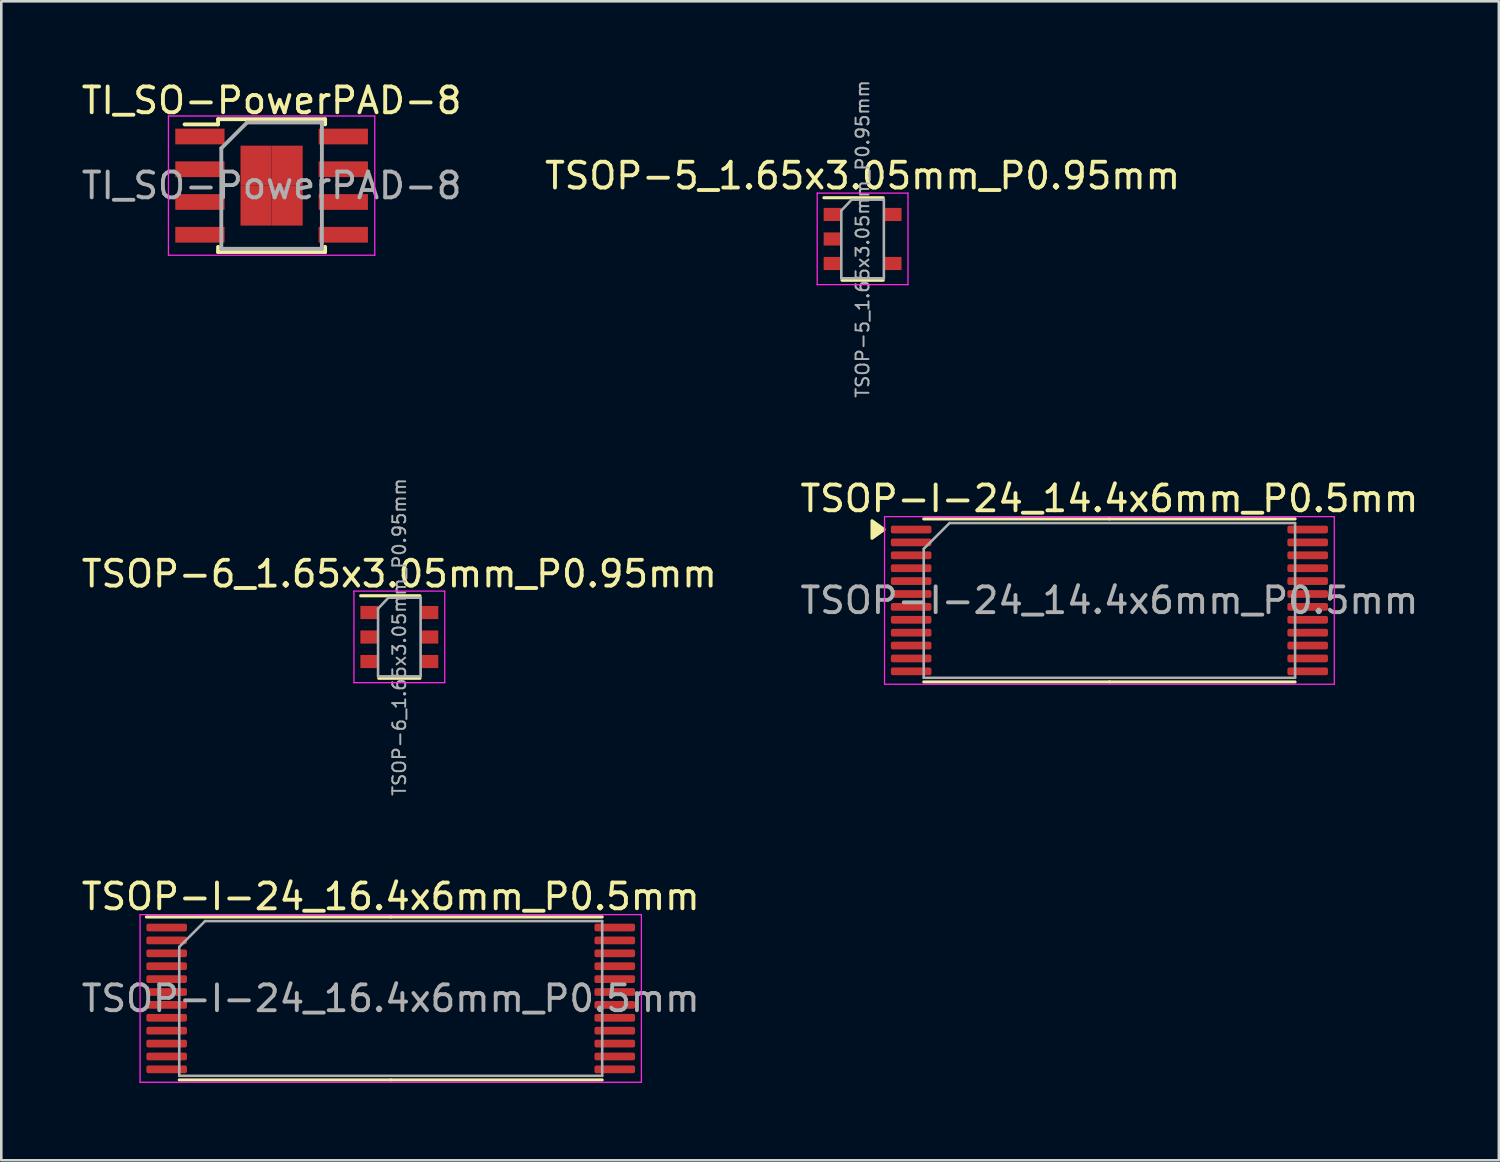
<source format=kicad_pcb>
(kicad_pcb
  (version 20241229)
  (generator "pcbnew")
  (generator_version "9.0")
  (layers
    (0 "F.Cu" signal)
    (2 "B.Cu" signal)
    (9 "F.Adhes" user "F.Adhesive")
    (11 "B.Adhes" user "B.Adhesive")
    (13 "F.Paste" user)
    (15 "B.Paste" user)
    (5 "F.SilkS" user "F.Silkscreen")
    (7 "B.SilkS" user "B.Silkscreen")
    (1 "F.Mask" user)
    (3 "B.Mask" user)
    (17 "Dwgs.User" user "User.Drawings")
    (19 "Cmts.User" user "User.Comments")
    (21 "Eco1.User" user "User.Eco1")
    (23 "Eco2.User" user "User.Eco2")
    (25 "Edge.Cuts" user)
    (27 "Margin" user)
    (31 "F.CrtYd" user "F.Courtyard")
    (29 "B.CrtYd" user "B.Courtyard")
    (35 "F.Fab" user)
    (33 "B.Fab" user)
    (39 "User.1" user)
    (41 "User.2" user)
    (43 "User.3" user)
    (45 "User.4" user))
  (footprint "TSOP-I-24_14.4x6mm_P0.5mm"
    (layer "F.Cu")
    (at 39.97 20.233)
    (property "Reference" "TSOP-I-24_14.4x6mm_P0.5mm" (at 0 -3.95 0) (layer "F.SilkS") (effects (font (size 1 1) (thickness 0.15))))
    (attr smd)
    (fp_line (start 0 -3.16) (end -7.2 -3.16) (stroke (width 0.12) (type solid)) (layer "F.SilkS"))
    (fp_line (start 0 -3.16) (end 7.2 -3.16) (stroke (width 0.12) (type solid)) (layer "F.SilkS"))
    (fp_line (start 0 3.16) (end -7.2 3.16) (stroke (width 0.12) (type solid)) (layer "F.SilkS"))
    (fp_line (start 0 3.16) (end 7.2 3.16) (stroke (width 0.12) (type solid)) (layer "F.SilkS"))
    (fp_poly (pts (xy -8.735 -2.75) (xy -9.205 -3.09) (xy -9.205 -2.41) (xy -8.735 -2.75)) (stroke (width 0.12) (type solid)) (fill yes) (layer "F.SilkS"))
    (fp_line (start -8.72 -3.25) (end -8.72 3.25) (stroke (width 0.05) (type solid)) (layer "F.CrtYd"))
    (fp_line (start -8.72 3.25) (end 8.72 3.25) (stroke (width 0.05) (type solid)) (layer "F.CrtYd"))
    (fp_line (start 8.72 -3.25) (end -8.72 -3.25) (stroke (width 0.05) (type solid)) (layer "F.CrtYd"))
    (fp_line (start 8.72 3.25) (end 8.72 -3.25) (stroke (width 0.05) (type solid)) (layer "F.CrtYd"))
    (fp_line (start -7.2 -2) (end -6.2 -3) (stroke (width 0.1) (type solid)) (layer "F.Fab"))
    (fp_line (start -7.2 3) (end -7.2 -2) (stroke (width 0.1) (type solid)) (layer "F.Fab"))
    (fp_line (start -6.2 -3) (end 7.2 -3) (stroke (width 0.1) (type solid)) (layer "F.Fab"))
    (fp_line (start 7.2 -3) (end 7.2 3) (stroke (width 0.1) (type solid)) (layer "F.Fab"))
    (fp_line (start 7.2 3) (end -7.2 3) (stroke (width 0.1) (type solid)) (layer "F.Fab"))
    (fp_text user "${REFERENCE}" (at 0 0 0) (layer "F.Fab") (effects (font (size 1 1) (thickness 0.15))))
    (pad "1" smd roundrect (at -7.688 -2.75) (size 1.575 0.3) (layers "F.Cu" "F.Mask" "F.Paste") (roundrect_rratio 0.25))
    (pad "2" smd roundrect (at -7.688 -2.25) (size 1.575 0.3) (layers "F.Cu" "F.Mask" "F.Paste") (roundrect_rratio 0.25))
    (pad "3" smd roundrect (at -7.688 -1.75) (size 1.575 0.3) (layers "F.Cu" "F.Mask" "F.Paste") (roundrect_rratio 0.25))
    (pad "4" smd roundrect (at -7.688 -1.25) (size 1.575 0.3) (layers "F.Cu" "F.Mask" "F.Paste") (roundrect_rratio 0.25))
    (pad "5" smd roundrect (at -7.688 -0.75) (size 1.575 0.3) (layers "F.Cu" "F.Mask" "F.Paste") (roundrect_rratio 0.25))
    (pad "6" smd roundrect (at -7.688 -0.25) (size 1.575 0.3) (layers "F.Cu" "F.Mask" "F.Paste") (roundrect_rratio 0.25))
    (pad "7" smd roundrect (at -7.688 0.25) (size 1.575 0.3) (layers "F.Cu" "F.Mask" "F.Paste") (roundrect_rratio 0.25))
    (pad "8" smd roundrect (at -7.688 0.75) (size 1.575 0.3) (layers "F.Cu" "F.Mask" "F.Paste") (roundrect_rratio 0.25))
    (pad "9" smd roundrect (at -7.688 1.25) (size 1.575 0.3) (layers "F.Cu" "F.Mask" "F.Paste") (roundrect_rratio 0.25))
    (pad "10" smd roundrect (at -7.688 1.75) (size 1.575 0.3) (layers "F.Cu" "F.Mask" "F.Paste") (roundrect_rratio 0.25))
    (pad "11" smd roundrect (at -7.688 2.25) (size 1.575 0.3) (layers "F.Cu" "F.Mask" "F.Paste") (roundrect_rratio 0.25))
    (pad "12" smd roundrect (at -7.688 2.75) (size 1.575 0.3) (layers "F.Cu" "F.Mask" "F.Paste") (roundrect_rratio 0.25))
    (pad "13" smd roundrect (at 7.688 2.75) (size 1.575 0.3) (layers "F.Cu" "F.Mask" "F.Paste") (roundrect_rratio 0.25))
    (pad "14" smd roundrect (at 7.688 2.25) (size 1.575 0.3) (layers "F.Cu" "F.Mask" "F.Paste") (roundrect_rratio 0.25))
    (pad "15" smd roundrect (at 7.688 1.75) (size 1.575 0.3) (layers "F.Cu" "F.Mask" "F.Paste") (roundrect_rratio 0.25))
    (pad "16" smd roundrect (at 7.688 1.25) (size 1.575 0.3) (layers "F.Cu" "F.Mask" "F.Paste") (roundrect_rratio 0.25))
    (pad "17" smd roundrect (at 7.688 0.75) (size 1.575 0.3) (layers "F.Cu" "F.Mask" "F.Paste") (roundrect_rratio 0.25))
    (pad "18" smd roundrect (at 7.688 0.25) (size 1.575 0.3) (layers "F.Cu" "F.Mask" "F.Paste") (roundrect_rratio 0.25))
    (pad "19" smd roundrect (at 7.688 -0.25) (size 1.575 0.3) (layers "F.Cu" "F.Mask" "F.Paste") (roundrect_rratio 0.25))
    (pad "20" smd roundrect (at 7.688 -0.75) (size 1.575 0.3) (layers "F.Cu" "F.Mask" "F.Paste") (roundrect_rratio 0.25))
    (pad "21" smd roundrect (at 7.688 -1.25) (size 1.575 0.3) (layers "F.Cu" "F.Mask" "F.Paste") (roundrect_rratio 0.25))
    (pad "22" smd roundrect (at 7.688 -1.75) (size 1.575 0.3) (layers "F.Cu" "F.Mask" "F.Paste") (roundrect_rratio 0.25))
    (pad "23" smd roundrect (at 7.688 -2.25) (size 1.575 0.3) (layers "F.Cu" "F.Mask" "F.Paste") (roundrect_rratio 0.25))
    (pad "24" smd roundrect (at 7.688 -2.75) (size 1.575 0.3) (layers "F.Cu" "F.Mask" "F.Paste") (roundrect_rratio 0.25)))
  (footprint "TSOP-I-24_16.4x6mm_P0.5mm"
    (layer "F.Cu")
    (at 12.101 35.667)
    (property "Reference" "TSOP-I-24_16.4x6mm_P0.5mm" (at 0 -3.95 0) (layer "F.SilkS") (effects (font (size 1 1) (thickness 0.15))))
    (attr smd)
    (fp_line (start 0 -3.16) (end -9.475 -3.16) (stroke (width 0.12) (type solid)) (layer "F.SilkS"))
    (fp_line (start 0 -3.16) (end 8.2 -3.16) (stroke (width 0.12) (type solid)) (layer "F.SilkS"))
    (fp_line (start 0 3.16) (end -8.2 3.16) (stroke (width 0.12) (type solid)) (layer "F.SilkS"))
    (fp_line (start 0 3.16) (end 8.2 3.16) (stroke (width 0.12) (type solid)) (layer "F.SilkS"))
    (fp_line (start -9.72 -3.25) (end -9.72 3.25) (stroke (width 0.05) (type solid)) (layer "F.CrtYd"))
    (fp_line (start -9.72 3.25) (end 9.72 3.25) (stroke (width 0.05) (type solid)) (layer "F.CrtYd"))
    (fp_line (start 9.72 -3.25) (end -9.72 -3.25) (stroke (width 0.05) (type solid)) (layer "F.CrtYd"))
    (fp_line (start 9.72 3.25) (end 9.72 -3.25) (stroke (width 0.05) (type solid)) (layer "F.CrtYd"))
    (fp_line (start -8.2 -2) (end -7.2 -3) (stroke (width 0.1) (type solid)) (layer "F.Fab"))
    (fp_line (start -8.2 3) (end -8.2 -2) (stroke (width 0.1) (type solid)) (layer "F.Fab"))
    (fp_line (start -7.2 -3) (end 8.2 -3) (stroke (width 0.1) (type solid)) (layer "F.Fab"))
    (fp_line (start 8.2 -3) (end 8.2 3) (stroke (width 0.1) (type solid)) (layer "F.Fab"))
    (fp_line (start 8.2 3) (end -8.2 3) (stroke (width 0.1) (type solid)) (layer "F.Fab"))
    (fp_text user "${REFERENCE}" (at 0 0 0) (layer "F.Fab") (effects (font (size 1 1) (thickness 0.15))))
    (pad "1" smd roundrect (at -8.688 -2.75) (size 1.575 0.3) (layers "F.Cu" "F.Mask" "F.Paste") (roundrect_rratio 0.25))
    (pad "2" smd roundrect (at -8.688 -2.25) (size 1.575 0.3) (layers "F.Cu" "F.Mask" "F.Paste") (roundrect_rratio 0.25))
    (pad "3" smd roundrect (at -8.688 -1.75) (size 1.575 0.3) (layers "F.Cu" "F.Mask" "F.Paste") (roundrect_rratio 0.25))
    (pad "4" smd roundrect (at -8.688 -1.25) (size 1.575 0.3) (layers "F.Cu" "F.Mask" "F.Paste") (roundrect_rratio 0.25))
    (pad "5" smd roundrect (at -8.688 -0.75) (size 1.575 0.3) (layers "F.Cu" "F.Mask" "F.Paste") (roundrect_rratio 0.25))
    (pad "6" smd roundrect (at -8.688 -0.25) (size 1.575 0.3) (layers "F.Cu" "F.Mask" "F.Paste") (roundrect_rratio 0.25))
    (pad "7" smd roundrect (at -8.688 0.25) (size 1.575 0.3) (layers "F.Cu" "F.Mask" "F.Paste") (roundrect_rratio 0.25))
    (pad "8" smd roundrect (at -8.688 0.75) (size 1.575 0.3) (layers "F.Cu" "F.Mask" "F.Paste") (roundrect_rratio 0.25))
    (pad "9" smd roundrect (at -8.688 1.25) (size 1.575 0.3) (layers "F.Cu" "F.Mask" "F.Paste") (roundrect_rratio 0.25))
    (pad "10" smd roundrect (at -8.688 1.75) (size 1.575 0.3) (layers "F.Cu" "F.Mask" "F.Paste") (roundrect_rratio 0.25))
    (pad "11" smd roundrect (at -8.688 2.25) (size 1.575 0.3) (layers "F.Cu" "F.Mask" "F.Paste") (roundrect_rratio 0.25))
    (pad "12" smd roundrect (at -8.688 2.75) (size 1.575 0.3) (layers "F.Cu" "F.Mask" "F.Paste") (roundrect_rratio 0.25))
    (pad "13" smd roundrect (at 8.688 2.75) (size 1.575 0.3) (layers "F.Cu" "F.Mask" "F.Paste") (roundrect_rratio 0.25))
    (pad "14" smd roundrect (at 8.688 2.25) (size 1.575 0.3) (layers "F.Cu" "F.Mask" "F.Paste") (roundrect_rratio 0.25))
    (pad "15" smd roundrect (at 8.688 1.75) (size 1.575 0.3) (layers "F.Cu" "F.Mask" "F.Paste") (roundrect_rratio 0.25))
    (pad "16" smd roundrect (at 8.688 1.25) (size 1.575 0.3) (layers "F.Cu" "F.Mask" "F.Paste") (roundrect_rratio 0.25))
    (pad "17" smd roundrect (at 8.688 0.75) (size 1.575 0.3) (layers "F.Cu" "F.Mask" "F.Paste") (roundrect_rratio 0.25))
    (pad "18" smd roundrect (at 8.688 0.25) (size 1.575 0.3) (layers "F.Cu" "F.Mask" "F.Paste") (roundrect_rratio 0.25))
    (pad "19" smd roundrect (at 8.688 -0.25) (size 1.575 0.3) (layers "F.Cu" "F.Mask" "F.Paste") (roundrect_rratio 0.25))
    (pad "20" smd roundrect (at 8.688 -0.75) (size 1.575 0.3) (layers "F.Cu" "F.Mask" "F.Paste") (roundrect_rratio 0.25))
    (pad "21" smd roundrect (at 8.688 -1.25) (size 1.575 0.3) (layers "F.Cu" "F.Mask" "F.Paste") (roundrect_rratio 0.25))
    (pad "22" smd roundrect (at 8.688 -1.75) (size 1.575 0.3) (layers "F.Cu" "F.Mask" "F.Paste") (roundrect_rratio 0.25))
    (pad "23" smd roundrect (at 8.688 -2.25) (size 1.575 0.3) (layers "F.Cu" "F.Mask" "F.Paste") (roundrect_rratio 0.25))
    (pad "24" smd roundrect (at 8.688 -2.75) (size 1.575 0.3) (layers "F.Cu" "F.Mask" "F.Paste") (roundrect_rratio 0.25)))
  (footprint "TSOP-6_1.65x3.05mm_P0.95mm"
    (layer "F.Cu")
    (at 12.435 21.652)
    (property "Reference" "TSOP-6_1.65x3.05mm_P0.95mm" (at 0 -2.45 0) (layer "F.SilkS") (effects (font (size 1 1) (thickness 0.15))))
    (attr smd)
    (fp_line (start -0.8 1.6) (end 0.8 1.6) (stroke (width 0.12) (type solid)) (layer "F.SilkS"))
    (fp_line (start 0.8 -1.6) (end -1.5 -1.6) (stroke (width 0.12) (type solid)) (layer "F.SilkS"))
    (fp_line (start -1.76 -1.78) (end -1.76 1.77) (stroke (width 0.05) (type solid)) (layer "F.CrtYd"))
    (fp_line (start -1.76 -1.78) (end 1.76 -1.78) (stroke (width 0.05) (type solid)) (layer "F.CrtYd"))
    (fp_line (start 1.76 1.77) (end -1.76 1.77) (stroke (width 0.05) (type solid)) (layer "F.CrtYd"))
    (fp_line (start 1.76 1.77) (end 1.76 -1.78) (stroke (width 0.05) (type solid)) (layer "F.CrtYd"))
    (fp_line (start -0.825 -1.1) (end -0.825 1.525) (stroke (width 0.1) (type solid)) (layer "F.Fab"))
    (fp_line (start -0.825 -1.1) (end -0.425 -1.525) (stroke (width 0.1) (type solid)) (layer "F.Fab"))
    (fp_line (start 0.825 -1.525) (end -0.425 -1.525) (stroke (width 0.1) (type solid)) (layer "F.Fab"))
    (fp_line (start 0.825 -1.525) (end 0.825 1.525) (stroke (width 0.1) (type solid)) (layer "F.Fab"))
    (fp_line (start 0.825 1.525) (end -0.825 1.525) (stroke (width 0.1) (type solid)) (layer "F.Fab"))
    (fp_text user "${REFERENCE}" (at 0 0 90) (layer "F.Fab") (effects (font (size 0.5 0.5) (thickness 0.075))))
    (pad "1" smd rect (at -1.16 -0.95) (size 0.7 0.51) (layers "F.Cu" "F.Mask" "F.Paste"))
    (pad "2" smd rect (at -1.16 0) (size 0.7 0.51) (layers "F.Cu" "F.Mask" "F.Paste"))
    (pad "3" smd rect (at -1.16 0.95) (size 0.7 0.51) (layers "F.Cu" "F.Mask" "F.Paste"))
    (pad "4" smd rect (at 1.16 0.95) (size 0.7 0.51) (layers "F.Cu" "F.Mask" "F.Paste"))
    (pad "5" smd rect (at 1.16 0) (size 0.7 0.51) (layers "F.Cu" "F.Mask" "F.Paste"))
    (pad "6" smd rect (at 1.16 -0.95) (size 0.7 0.51) (layers "F.Cu" "F.Mask" "F.Paste")))
  (footprint "TI_SO-PowerPAD-8"
    (layer "F.Cu")
    (at 7.482 4.148)
    (property "Reference" "TI_SO-PowerPAD-8" (at 0 -3.3 0) (layer "F.SilkS") (effects (font (size 1 1) (thickness 0.15))))
    (attr smd)
    (fp_line (start -2.075 -2.575) (end -2.075 -2.375) (stroke (width 0.15) (type solid)) (layer "F.SilkS"))
    (fp_line (start -2.075 -2.575) (end 2.075 -2.575) (stroke (width 0.15) (type solid)) (layer "F.SilkS"))
    (fp_line (start -2.075 -2.375) (end -3.375 -2.375) (stroke (width 0.15) (type solid)) (layer "F.SilkS"))
    (fp_line (start -2.075 2.575) (end -2.075 2.375) (stroke (width 0.15) (type solid)) (layer "F.SilkS"))
    (fp_line (start -2.075 2.575) (end 2.075 2.575) (stroke (width 0.15) (type solid)) (layer "F.SilkS"))
    (fp_line (start 2.075 -2.575) (end 2.075 -2.375) (stroke (width 0.15) (type solid)) (layer "F.SilkS"))
    (fp_line (start 2.075 2.575) (end 2.075 2.375) (stroke (width 0.15) (type solid)) (layer "F.SilkS"))
    (fp_line (start -4 -2.7) (end -4 2.7) (stroke (width 0.05) (type solid)) (layer "F.CrtYd"))
    (fp_line (start -4 -2.7) (end 4 -2.7) (stroke (width 0.05) (type solid)) (layer "F.CrtYd"))
    (fp_line (start -4 2.7) (end 4 2.7) (stroke (width 0.05) (type solid)) (layer "F.CrtYd"))
    (fp_line (start 4 -2.7) (end 4 2.7) (stroke (width 0.05) (type solid)) (layer "F.CrtYd"))
    (fp_line (start -1.95 -1.45) (end -0.95 -2.45) (stroke (width 0.15) (type solid)) (layer "F.Fab"))
    (fp_line (start -1.95 2.45) (end -1.95 -1.45) (stroke (width 0.15) (type solid)) (layer "F.Fab"))
    (fp_line (start -0.95 -2.45) (end 1.95 -2.45) (stroke (width 0.15) (type solid)) (layer "F.Fab"))
    (fp_line (start 1.95 -2.45) (end 1.95 2.45) (stroke (width 0.15) (type solid)) (layer "F.Fab"))
    (fp_line (start 1.95 2.45) (end -1.95 2.45) (stroke (width 0.15) (type solid)) (layer "F.Fab"))
    (fp_text user "${REFERENCE}" (at 0 0 0) (layer "F.Fab") (effects (font (size 1 1) (thickness 0.15))))
    (pad "1" smd rect (at -2.78 -1.905) (size 1.91 0.61) (layers "F.Cu" "F.Mask" "F.Paste"))
    (pad "2" smd rect (at -2.78 -0.635) (size 1.91 0.61) (layers "F.Cu" "F.Mask" "F.Paste"))
    (pad "3" smd rect (at -2.78 0.635) (size 1.91 0.61) (layers "F.Cu" "F.Mask" "F.Paste"))
    (pad "4" smd rect (at -2.78 1.905) (size 1.91 0.61) (layers "F.Cu" "F.Mask" "F.Paste"))
    (pad "5" smd rect (at 2.78 1.905) (size 1.91 0.61) (layers "F.Cu" "F.Mask" "F.Paste"))
    (pad "6" smd rect (at 2.78 0.635) (size 1.91 0.61) (layers "F.Cu" "F.Mask" "F.Paste"))
    (pad "7" smd rect (at 2.78 -0.635) (size 1.91 0.61) (layers "F.Cu" "F.Mask" "F.Paste"))
    (pad "8" smd rect (at 2.78 -1.905) (size 1.91 0.61) (layers "F.Cu" "F.Mask" "F.Paste"))
    (pad "9" smd rect (at -0.603 -0.775) (size 1.205 1.55) (layers "F.Cu" "F.Mask" "F.Paste"))
    (pad "9" smd rect (at -0.603 0.775) (size 1.205 1.55) (layers "F.Cu" "F.Mask" "F.Paste"))
    (pad "9" smd rect (at 0.603 -0.775) (size 1.205 1.55) (layers "F.Cu" "F.Mask" "F.Paste"))
    (pad "9" smd rect (at 0.603 0.775) (size 1.205 1.55) (layers "F.Cu" "F.Mask" "F.Paste")))
  (footprint "TSOP-5_1.65x3.05mm_P0.95mm"
    (layer "F.Cu")
    (at 30.399 6.217)
    (property "Reference" "TSOP-5_1.65x3.05mm_P0.95mm" (at 0 -2.45 0) (layer "F.SilkS") (effects (font (size 1 1) (thickness 0.15))))
    (attr smd)
    (fp_line (start -0.8 1.6) (end 0.8 1.6) (stroke (width 0.12) (type solid)) (layer "F.SilkS"))
    (fp_line (start 0.8 -1.6) (end -1.5 -1.6) (stroke (width 0.12) (type solid)) (layer "F.SilkS"))
    (fp_line (start -1.76 -1.78) (end -1.76 1.77) (stroke (width 0.05) (type solid)) (layer "F.CrtYd"))
    (fp_line (start -1.76 -1.78) (end 1.76 -1.78) (stroke (width 0.05) (type solid)) (layer "F.CrtYd"))
    (fp_line (start 1.76 1.77) (end -1.76 1.77) (stroke (width 0.05) (type solid)) (layer "F.CrtYd"))
    (fp_line (start 1.76 1.77) (end 1.76 -1.78) (stroke (width 0.05) (type solid)) (layer "F.CrtYd"))
    (fp_line (start -0.825 -1.1) (end -0.825 1.525) (stroke (width 0.1) (type solid)) (layer "F.Fab"))
    (fp_line (start -0.825 -1.1) (end -0.425 -1.525) (stroke (width 0.1) (type solid)) (layer "F.Fab"))
    (fp_line (start 0.825 -1.525) (end -0.425 -1.525) (stroke (width 0.1) (type solid)) (layer "F.Fab"))
    (fp_line (start 0.825 -1.525) (end 0.825 1.525) (stroke (width 0.1) (type solid)) (layer "F.Fab"))
    (fp_line (start 0.825 1.525) (end -0.825 1.525) (stroke (width 0.1) (type solid)) (layer "F.Fab"))
    (fp_text user "${REFERENCE}" (at 0 0 90) (layer "F.Fab") (effects (font (size 0.5 0.5) (thickness 0.075))))
    (pad "1" smd rect (at -1.16 -0.95) (size 0.7 0.51) (layers "F.Cu" "F.Mask" "F.Paste"))
    (pad "2" smd rect (at -1.16 0) (size 0.7 0.51) (layers "F.Cu" "F.Mask" "F.Paste"))
    (pad "3" smd rect (at -1.16 0.95) (size 0.7 0.51) (layers "F.Cu" "F.Mask" "F.Paste"))
    (pad "4" smd rect (at 1.16 0.95) (size 0.7 0.51) (layers "F.Cu" "F.Mask" "F.Paste"))
    (pad "5" smd rect (at 1.16 -0.95) (size 0.7 0.51) (layers "F.Cu" "F.Mask" "F.Paste")))
  (gr_rect
    (start -3 -3)
    (end 55.071 41.942)
    (stroke (width 0.1) (type default))
    (fill no)
    (layer "Edge.Cuts")))
</source>
